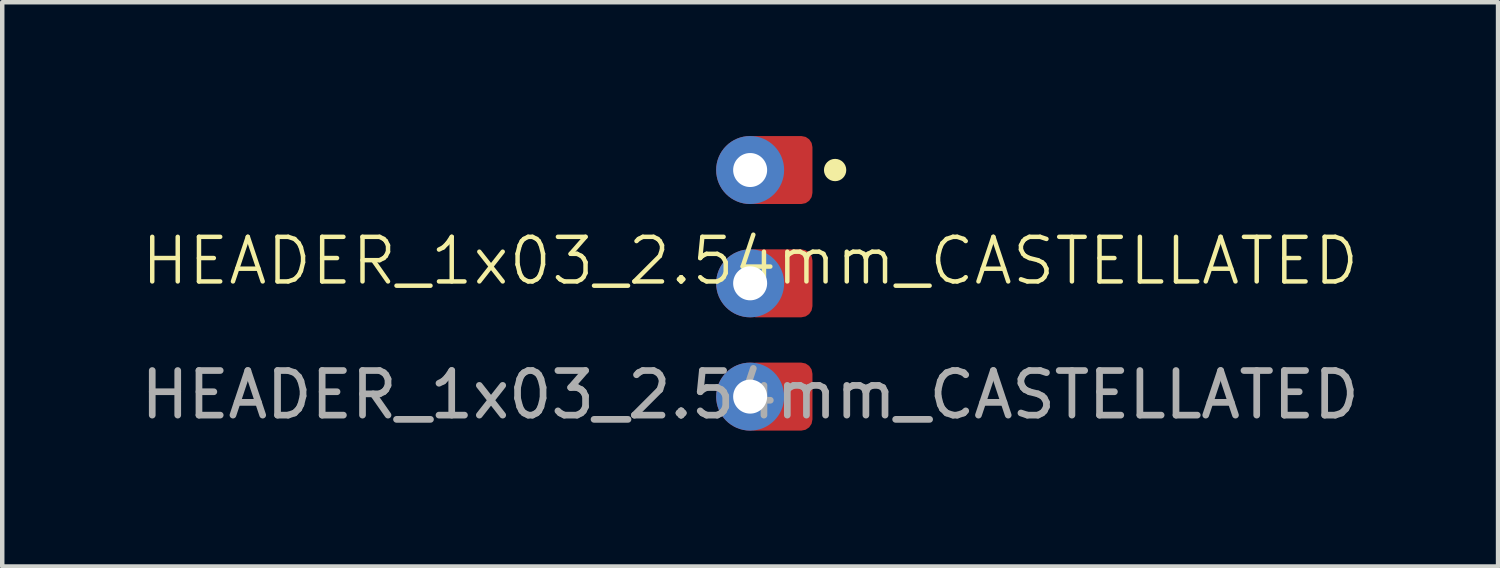
<source format=kicad_pcb>
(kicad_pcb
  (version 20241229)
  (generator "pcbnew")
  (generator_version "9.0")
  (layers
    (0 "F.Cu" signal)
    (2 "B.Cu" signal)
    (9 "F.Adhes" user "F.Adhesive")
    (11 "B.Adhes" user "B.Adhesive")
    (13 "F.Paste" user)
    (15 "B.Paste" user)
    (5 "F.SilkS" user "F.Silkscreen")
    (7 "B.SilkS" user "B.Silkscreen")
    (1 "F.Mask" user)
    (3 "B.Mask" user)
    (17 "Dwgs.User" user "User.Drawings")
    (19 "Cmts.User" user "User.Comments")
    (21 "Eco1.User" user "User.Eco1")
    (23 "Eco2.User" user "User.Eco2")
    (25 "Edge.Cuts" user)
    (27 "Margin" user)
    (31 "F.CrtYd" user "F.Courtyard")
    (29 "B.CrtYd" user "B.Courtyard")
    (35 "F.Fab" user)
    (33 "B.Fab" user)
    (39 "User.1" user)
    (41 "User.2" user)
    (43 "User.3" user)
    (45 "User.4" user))
  (footprint "HEADER_1x03_2.54mm_CASTELLATED"
    (layer "F.Cu")
    (at 13.768 3.302)
    (property "Reference" "HEADER_1x03_2.54mm_CASTELLATED" (at 0 -0.5 0) (unlocked yes) (layer "F.SilkS") (effects (font (size 1 1) (thickness 0.1))))
    (attr through_hole)
    (fp_circle (center 1.905 -2.54) (end 2.055 -2.54) (stroke (width 0.2) (type solid)) (fill yes) (layer "F.SilkS"))
    (fp_text user "${REFERENCE}" (at 0 2.5 0) (unlocked yes) (layer "F.Fab") (effects (font (size 1 1) (thickness 0.15))))
    (pad "1" thru_hole circle (at 0 -2.54) (size 1.524 1.524) (drill 0.762) (property pad_prop_castellated) (layers "*.Cu" "*.Mask"))
    (pad "1" connect roundrect (at 0.635 -2.54) (size 1.524 1.524) (layers "F.Cu" "F.Mask") (roundrect_rratio 0.164))
    (pad "2" thru_hole circle (at 0 0) (size 1.524 1.524) (drill 0.762) (layers "*.Cu" "*.Mask"))
    (pad "2" connect roundrect (at 0.635 0) (size 1.524 1.524) (layers "F.Cu" "F.Mask") (roundrect_rratio 0.164))
    (pad "3" thru_hole circle (at 0 2.54) (size 1.524 1.524) (drill 0.762) (layers "*.Cu" "*.Mask"))
    (pad "3" connect roundrect (at 0.635 2.54) (size 1.524 1.524) (layers "F.Cu" "F.Mask") (roundrect_rratio 0.164)))
  (gr_rect
    (start -3 -3)
    (end 30.536 9.65)
    (stroke (width 0.1) (type default))
    (fill no)
    (layer "Edge.Cuts")))
</source>
